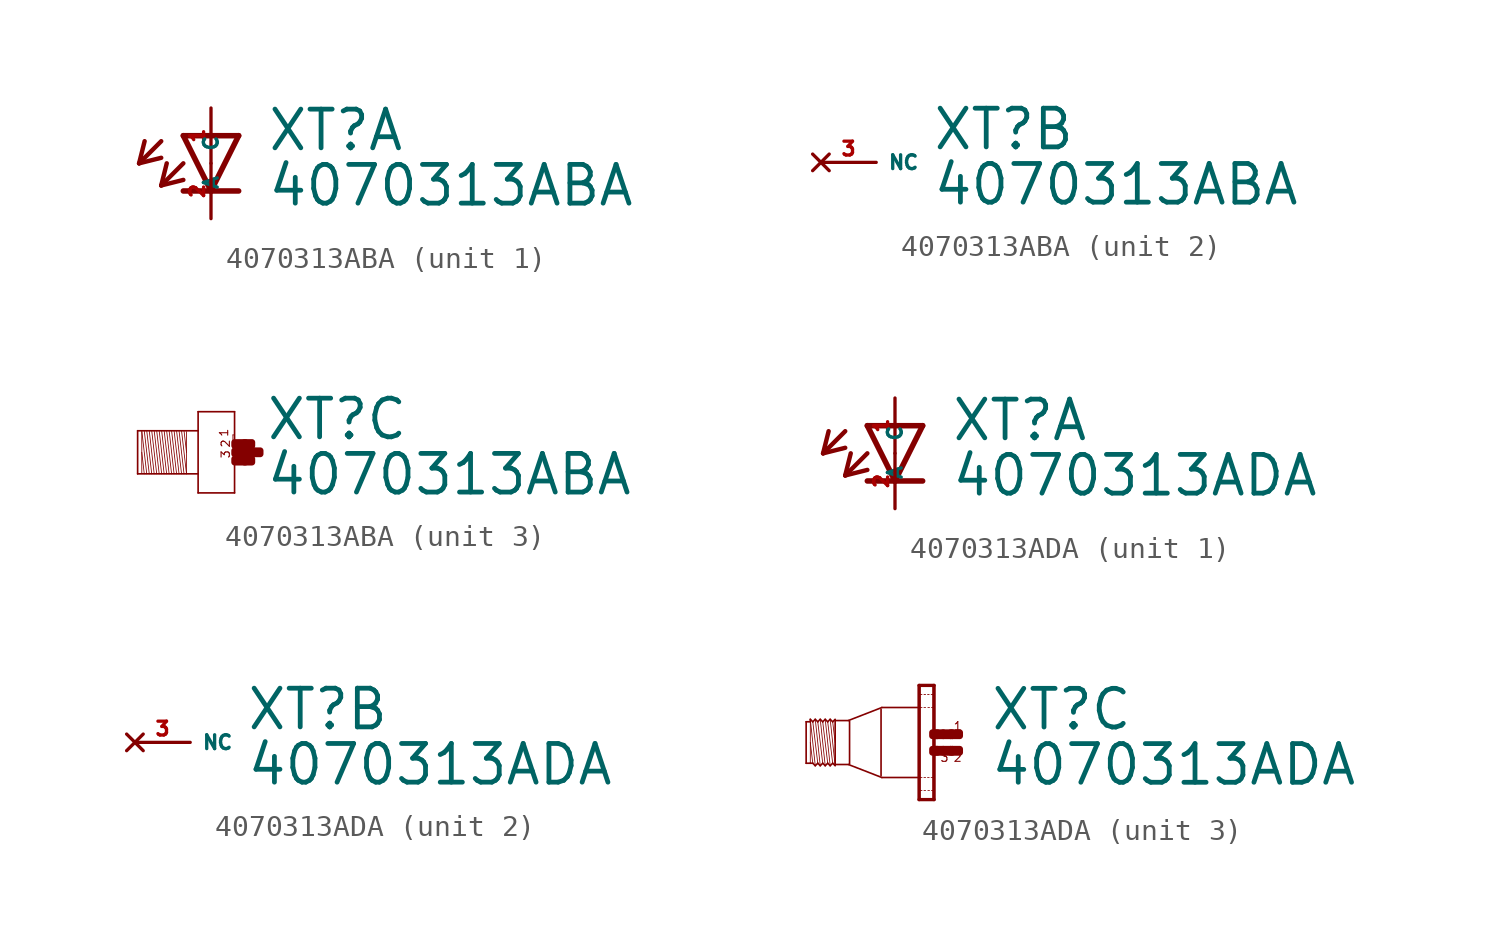
<source format=kicad_sym>
(kicad_symbol_lib
  (version 20220914)
  (generator Eagle2Kicad)
  (symbol "4070313ABA"
    (property "Reference" "XT"
      (at 2.54 0.483 0)
      (effects (font (size 1.778 1.778) (thickness 0.22)) (justify left bottom)))
    (property "Value" "4070313ABA"
      (at 2.54 -2.057 0)
      (effects (font (size 1.778 1.778) (thickness 0.22)) (justify left bottom)))
    (symbol "4070313ABA_1_0"
      (polyline (pts (xy -1.27 1.27) (xy 0 -1.27)) (stroke (width 0.254) (type default)) (fill (type none)))
      (polyline (pts (xy 0 -1.27) (xy 1.27 1.27)) (stroke (width 0.254) (type default)) (fill (type none)))
      (polyline (pts (xy 1.27 -1.27) (xy 0 -1.27)) (stroke (width 0.254) (type default)) (fill (type none)))
      (polyline (pts (xy 1.27 1.27) (xy -1.27 1.27)) (stroke (width 0.254) (type default)) (fill (type none)))
      (polyline (pts (xy 0 -1.27) (xy -1.27 -1.27)) (stroke (width 0.254) (type default)) (fill (type none)))
      (polyline (pts (xy -2.286 1.016) (xy -3.302 0)) (stroke (width 0.203) (type default)) (fill (type none)))
      (polyline (pts (xy -3.302 0) (xy -2.286 0.254)) (stroke (width 0.203) (type default)) (fill (type none)))
      (polyline (pts (xy -3.302 0) (xy -3.048 1.016)) (stroke (width 0.203) (type default)) (fill (type none)))
      (polyline (pts (xy -1.27 0) (xy -2.286 -1.016)) (stroke (width 0.203) (type default)) (fill (type none)))
      (polyline (pts (xy -2.286 -1.016) (xy -1.27 -0.762)) (stroke (width 0.203) (type default)) (fill (type none)))
      (polyline (pts (xy -2.286 -1.016) (xy -2.032 0)) (stroke (width 0.203) (type default)) (fill (type none)))
      (pin passive line (at 0 2.54 270) (length 2.54) (name "A" (effects (font (size 0.635 0.635) (thickness 0.08)) (justify left bottom))) (number "1" (effects (font (size 0.635 0.635) (thickness 0.08)) (justify left bottom))))
      (pin passive line (at 0 -2.54 90) (length 2.54) (name "C" (effects (font (size 0.635 0.635) (thickness 0.08)) (justify left bottom))) (number "2" (effects (font (size 0.635 0.635) (thickness 0.08)) (justify left bottom)))))
    (symbol "4070313ABA_2_0"
      (pin no_connect line (at -2.54 0 0) (length 2.54) (name "NC" (effects (font (size 0.635 0.635) (thickness 0.08)) (justify left bottom) hide)) (number "3" (effects (font (size 0.635 0.635) (thickness 0.08)) (justify left bottom) hide))))
    (symbol "4070313ABA_3_0"
      (polyline (pts (xy -1.067 0.953) (xy -1.067 0)) (stroke (width 0.038) (type default)) (fill (type none)))
      (polyline (pts (xy -1.067 0) (xy -1.067 -0.991)) (stroke (width 0.038) (type default)) (fill (type none)))
      (polyline (pts (xy -1.067 -0.991) (xy -1.295 0.991)) (stroke (width 0.038) (type default)) (fill (type none)))
      (polyline (pts (xy -1.181 0.991) (xy -1.067 0)) (stroke (width 0.038) (type default)) (fill (type none)))
      (polyline (pts (xy -1.181 -0.991) (xy -1.41 0.991)) (stroke (width 0.038) (type default)) (fill (type none)))
      (polyline (pts (xy -1.295 -0.991) (xy -1.524 0.991)) (stroke (width 0.038) (type default)) (fill (type none)))
      (polyline (pts (xy -1.41 -0.991) (xy -1.638 0.991)) (stroke (width 0.038) (type default)) (fill (type none)))
      (polyline (pts (xy -1.524 -0.991) (xy -1.753 0.991)) (stroke (width 0.038) (type default)) (fill (type none)))
      (polyline (pts (xy -1.638 -0.991) (xy -1.867 0.991)) (stroke (width 0.038) (type default)) (fill (type none)))
      (polyline (pts (xy -1.753 -0.991) (xy -1.981 0.991)) (stroke (width 0.038) (type default)) (fill (type none)))
      (polyline (pts (xy -1.867 -0.991) (xy -2.095 0.991)) (stroke (width 0.038) (type default)) (fill (type none)))
      (polyline (pts (xy -1.981 -0.991) (xy -2.21 0.991)) (stroke (width 0.038) (type default)) (fill (type none)))
      (polyline (pts (xy -2.095 -0.991) (xy -2.324 0.991)) (stroke (width 0.038) (type default)) (fill (type none)))
      (polyline (pts (xy -2.21 -0.991) (xy -2.438 0.991)) (stroke (width 0.038) (type default)) (fill (type none)))
      (polyline (pts (xy -2.324 -0.991) (xy -2.553 0.991)) (stroke (width 0.038) (type default)) (fill (type none)))
      (polyline (pts (xy -2.438 -0.991) (xy -2.667 0.991)) (stroke (width 0.038) (type default)) (fill (type none)))
      (polyline (pts (xy -2.553 -0.991) (xy -2.781 0.991)) (stroke (width 0.038) (type default)) (fill (type none)))
      (polyline (pts (xy -2.667 -0.991) (xy -2.896 0.991)) (stroke (width 0.038) (type default)) (fill (type none)))
      (polyline (pts (xy -2.781 -0.991) (xy -3.01 0.991)) (stroke (width 0.038) (type default)) (fill (type none)))
      (polyline (pts (xy -2.896 -0.991) (xy -3.124 0.991)) (stroke (width 0.038) (type default)) (fill (type none)))
      (polyline (pts (xy -3.124 0) (xy -3.01 -0.991)) (stroke (width 0.038) (type default)) (fill (type none)))
      (polyline (pts (xy -3.124 0.953) (xy -3.124 -0.953)) (stroke (width 0.038) (type default)) (fill (type none)))
      (polyline (pts (xy -3.315 -0.991) (xy -3.315 0.991)) (stroke (width 0.076) (type default)) (fill (type none)))
      (polyline (pts (xy -3.315 0.991) (xy -0.533 0.991)) (stroke (width 0.076) (type default)) (fill (type none)))
      (polyline (pts (xy -0.533 -0.991) (xy -3.315 -0.991)) (stroke (width 0.076) (type default)) (fill (type none)))
      (polyline (pts (xy -0.533 1.867) (xy -0.533 -1.867)) (stroke (width 0.076) (type default)) (fill (type none)))
      (polyline (pts (xy -0.533 -1.867) (xy 1.143 -1.867)) (stroke (width 0.076) (type default)) (fill (type none)))
      (polyline (pts (xy 1.143 -1.867) (xy 1.143 1.867)) (stroke (width 0.076) (type default)) (fill (type none)))
      (polyline (pts (xy 1.143 1.867) (xy -0.533 1.867)) (stroke (width 0.076) (type default)) (fill (type none)))
      (polyline (pts (xy 1.067 0.8) (xy 1.105 0.8)) (stroke (width 0.038) (type default)) (fill (type none)))
      (polyline (pts (xy 1.105 0.495) (xy 1.067 0.495)) (stroke (width 0.038) (type default)) (fill (type none)))
      (polyline (pts (xy 1.067 0.495) (xy 1.067 0.8)) (stroke (width 0.038) (type default)) (fill (type none)))
      (text "1" (at 0.876 0.686 1800) (effects (font (size 0.381 0.381) (thickness 0.05)) (justify left bottom)))
      (text "2" (at 0.953 0.191 1800) (effects (font (size 0.381 0.381) (thickness 0.05)) (justify left bottom)))
      (text "3" (at 0.953 -0.305 1800) (effects (font (size 0.381 0.381) (thickness 0.05)) (justify left bottom)))
      (rectangle (start 1.143 -0.457) (end 1.638 -0.305) (stroke (width 0.3) (type default)) (fill (type outline)))
      (rectangle (start 1.143 -0.076) (end 2.019 0.076) (stroke (width 0.3) (type default)) (fill (type outline)))
      (rectangle (start 1.6 -0.457) (end 1.943 -0.305) (stroke (width 0.3) (type default)) (fill (type outline)))
      (rectangle (start 1.981 -0.076) (end 2.324 0.076) (stroke (width 0.3) (type default)) (fill (type outline)))
      (rectangle (start 1.6 0.305) (end 1.943 0.457) (stroke (width 0.3) (type default)) (fill (type outline)))
      (rectangle (start 1.143 0.305) (end 1.638 0.457) (stroke (width 0.3) (type default)) (fill (type outline)))))
  (symbol "4070313ADA"
    (property "Reference" "XT"
      (at 2.54 0.483 0)
      (effects (font (size 1.778 1.778) (thickness 0.22)) (justify left bottom)))
    (property "Value" "4070313ADA"
      (at 2.54 -2.057 0)
      (effects (font (size 1.778 1.778) (thickness 0.22)) (justify left bottom)))
    (symbol "4070313ADA_1_0"
      (polyline (pts (xy -1.27 1.27) (xy 0 -1.27)) (stroke (width 0.254) (type default)) (fill (type none)))
      (polyline (pts (xy 0 -1.27) (xy 1.27 1.27)) (stroke (width 0.254) (type default)) (fill (type none)))
      (polyline (pts (xy 1.27 -1.27) (xy 0 -1.27)) (stroke (width 0.254) (type default)) (fill (type none)))
      (polyline (pts (xy 1.27 1.27) (xy -1.27 1.27)) (stroke (width 0.254) (type default)) (fill (type none)))
      (polyline (pts (xy 0 -1.27) (xy -1.27 -1.27)) (stroke (width 0.254) (type default)) (fill (type none)))
      (polyline (pts (xy -2.286 1.016) (xy -3.302 0)) (stroke (width 0.203) (type default)) (fill (type none)))
      (polyline (pts (xy -3.302 0) (xy -2.286 0.254)) (stroke (width 0.203) (type default)) (fill (type none)))
      (polyline (pts (xy -3.302 0) (xy -3.048 1.016)) (stroke (width 0.203) (type default)) (fill (type none)))
      (polyline (pts (xy -1.27 0) (xy -2.286 -1.016)) (stroke (width 0.203) (type default)) (fill (type none)))
      (polyline (pts (xy -2.286 -1.016) (xy -1.27 -0.762)) (stroke (width 0.203) (type default)) (fill (type none)))
      (polyline (pts (xy -2.286 -1.016) (xy -2.032 0)) (stroke (width 0.203) (type default)) (fill (type none)))
      (pin passive line (at 0 2.54 270) (length 2.54) (name "A" (effects (font (size 0.635 0.635) (thickness 0.08)) (justify left bottom))) (number "1" (effects (font (size 0.635 0.635) (thickness 0.08)) (justify left bottom))))
      (pin passive line (at 0 -2.54 90) (length 2.54) (name "C" (effects (font (size 0.635 0.635) (thickness 0.08)) (justify left bottom))) (number "2" (effects (font (size 0.635 0.635) (thickness 0.08)) (justify left bottom)))))
    (symbol "4070313ADA_2_0"
      (pin no_connect line (at -2.54 0 0) (length 2.54) (name "NC" (effects (font (size 0.635 0.635) (thickness 0.08)) (justify left bottom) hide)) (number "3" (effects (font (size 0.635 0.635) (thickness 0.08)) (justify left bottom) hide))))
    (symbol "4070313ADA_3_0"
      (polyline (pts (xy -4.548 -1.067) (xy -4.777 1.067)) (stroke (width 0.038) (type default)) (fill (type none)))
      (polyline (pts (xy -4.662 0.953) (xy -4.548 0)) (stroke (width 0.038) (type default)) (fill (type none)))
      (polyline (pts (xy -4.662 -0.953) (xy -4.891 0.953)) (stroke (width 0.038) (type default)) (fill (type none)))
      (polyline (pts (xy -4.777 -1.067) (xy -5.005 1.067)) (stroke (width 0.038) (type default)) (fill (type none)))
      (polyline (pts (xy -4.891 -0.953) (xy -5.12 0.953)) (stroke (width 0.038) (type default)) (fill (type none)))
      (polyline (pts (xy -5.005 -1.067) (xy -5.234 1.067)) (stroke (width 0.038) (type default)) (fill (type none)))
      (polyline (pts (xy -5.12 -0.953) (xy -5.348 0.953)) (stroke (width 0.038) (type default)) (fill (type none)))
      (polyline (pts (xy -5.234 -1.067) (xy -5.463 1.067)) (stroke (width 0.038) (type default)) (fill (type none)))
      (polyline (pts (xy -5.348 -0.953) (xy -5.577 0.953)) (stroke (width 0.038) (type default)) (fill (type none)))
      (polyline (pts (xy -5.463 -1.067) (xy -5.691 1.067)) (stroke (width 0.038) (type default)) (fill (type none)))
      (polyline (pts (xy -5.691 0) (xy -5.577 -0.953)) (stroke (width 0.038) (type default)) (fill (type none)))
      (polyline (pts (xy -5.691 1.029) (xy -5.691 0.953)) (stroke (width 0.038) (type default)) (fill (type none)))
      (polyline (pts (xy -5.691 0.953) (xy -5.691 -0.953)) (stroke (width 0.038) (type default)) (fill (type none)))
      (polyline (pts (xy -5.882 -0.953) (xy -5.882 0.953)) (stroke (width 0.076) (type default)) (fill (type none)))
      (polyline (pts (xy -5.882 0.953) (xy -5.691 0.953)) (stroke (width 0.076) (type default)) (fill (type none)))
      (polyline (pts (xy -5.691 0.953) (xy -5.691 1.067)) (stroke (width 0.076) (type default)) (fill (type none)))
      (polyline (pts (xy -5.691 1.067) (xy -5.577 0.953)) (stroke (width 0.076) (type default)) (fill (type none)))
      (polyline (pts (xy -5.577 0.953) (xy -5.463 1.067)) (stroke (width 0.076) (type default)) (fill (type none)))
      (polyline (pts (xy -5.463 1.067) (xy -5.348 0.953)) (stroke (width 0.076) (type default)) (fill (type none)))
      (polyline (pts (xy -5.348 0.953) (xy -5.234 1.067)) (stroke (width 0.076) (type default)) (fill (type none)))
      (polyline (pts (xy -5.234 1.067) (xy -5.12 0.953)) (stroke (width 0.076) (type default)) (fill (type none)))
      (polyline (pts (xy -5.12 0.953) (xy -5.005 1.067)) (stroke (width 0.076) (type default)) (fill (type none)))
      (polyline (pts (xy -4.777 1.067) (xy -4.662 0.953)) (stroke (width 0.076) (type default)) (fill (type none)))
      (polyline (pts (xy -4.662 0.953) (xy -4.548 1.067)) (stroke (width 0.076) (type default)) (fill (type none)))
      (polyline (pts (xy -4.548 -1.067) (xy -4.662 -0.953)) (stroke (width 0.076) (type default)) (fill (type none)))
      (polyline (pts (xy -4.662 -0.953) (xy -4.777 -1.067)) (stroke (width 0.076) (type default)) (fill (type none)))
      (polyline (pts (xy -4.777 -1.067) (xy -4.891 -0.953)) (stroke (width 0.076) (type default)) (fill (type none)))
      (polyline (pts (xy -4.891 -0.953) (xy -5.005 -1.067)) (stroke (width 0.076) (type default)) (fill (type none)))
      (polyline (pts (xy -5.005 -1.067) (xy -5.12 -0.953)) (stroke (width 0.076) (type default)) (fill (type none)))
      (polyline (pts (xy -5.12 -0.953) (xy -5.234 -1.067)) (stroke (width 0.076) (type default)) (fill (type none)))
      (polyline (pts (xy -5.234 -1.067) (xy -5.348 -0.953)) (stroke (width 0.076) (type default)) (fill (type none)))
      (polyline (pts (xy -5.348 -0.953) (xy -5.463 -1.067)) (stroke (width 0.076) (type default)) (fill (type none)))
      (polyline (pts (xy -5.463 -1.067) (xy -5.577 -0.953)) (stroke (width 0.076) (type default)) (fill (type none)))
      (polyline (pts (xy -5.577 -0.953) (xy -5.691 -0.953)) (stroke (width 0.076) (type default)) (fill (type none)))
      (polyline (pts (xy -5.691 -0.953) (xy -5.882 -0.953)) (stroke (width 0.076) (type default)) (fill (type none)))
      (polyline (pts (xy -4.548 1.029) (xy -4.548 1.01)) (stroke (width 0.076) (type default)) (fill (type none)))
      (polyline (pts (xy -4.548 1.01) (xy -4.548 -1.01)) (stroke (width 0.076) (type default)) (fill (type none)))
      (polyline (pts (xy -4.548 -1.01) (xy -4.548 -1.029)) (stroke (width 0.076) (type default)) (fill (type none)))
      (polyline (pts (xy -0.038 2.594) (xy -0.038 -2.594)) (stroke (width 0.076) (type default)) (fill (type none)))
      (polyline (pts (xy -0.038 -2.594) (xy -0.655 -2.594)) (stroke (width 0.076) (type default)) (fill (type none)))
      (polyline (pts (xy -0.655 -2.594) (xy -0.655 2.594)) (stroke (width 0.076) (type default)) (fill (type none)))
      (polyline (pts (xy -0.655 2.594) (xy -0.038 2.594)) (stroke (width 0.076) (type default)) (fill (type none)))
      (polyline (pts (xy -0.699 1.61) (xy -2.4 1.61)) (stroke (width 0.076) (type default)) (fill (type none)))
      (polyline (pts (xy -2.4 1.61) (xy -3.938 1.012)) (stroke (width 0.076) (type default)) (fill (type none)))
      (polyline (pts (xy -0.669 -1.61) (xy -2.4 -1.61)) (stroke (width 0.076) (type default)) (fill (type none)))
      (polyline (pts (xy -2.4 -1.61) (xy -3.938 -1.012)) (stroke (width 0.076) (type default)) (fill (type none)))
      (polyline (pts (xy -3.938 -1.01) (xy -4.548 -1.01)) (stroke (width 0.076) (type default)) (fill (type none)))
      (polyline (pts (xy -4.548 1.01) (xy -3.938 1.01)) (stroke (width 0.076) (type default)) (fill (type none)))
      (polyline (pts (xy -4.777 1.067) (xy -4.891 0.953)) (stroke (width 0.076) (type default)) (fill (type none)))
      (polyline (pts (xy -4.891 0.953) (xy -5.005 1.067)) (stroke (width 0.076) (type default)) (fill (type none)))
      (polyline (pts (xy 0 -2.625) (xy -0.69 -2.625)) (stroke (width 0) (type default)) (fill (type none)))
      (polyline (pts (xy 0 -2.625) (xy 0 2.625)) (stroke (width 0) (type default)) (fill (type none)))
      (polyline (pts (xy 0 2.625) (xy -0.69 2.625)) (stroke (width 0) (type default)) (fill (type none)))
      (polyline (pts (xy -0.69 2.625) (xy -0.69 -2.625)) (stroke (width 0) (type default)) (fill (type none)))
      (polyline (pts (xy -0.039 -1.605) (xy -0.135 -1.605)) (stroke (width 0.038) (type default)) (fill (type none)))
      (polyline (pts (xy -0.225 -1.605) (xy -0.3 -1.605)) (stroke (width 0.038) (type default)) (fill (type none)))
      (polyline (pts (xy -0.39 -1.605) (xy -0.465 -1.605)) (stroke (width 0.038) (type default)) (fill (type none)))
      (polyline (pts (xy -0.555 -1.605) (xy -0.633 -1.605)) (stroke (width 0.038) (type default)) (fill (type none)))
      (polyline (pts (xy -0.039 -2.205) (xy -0.12 -2.205)) (stroke (width 0.038) (type default)) (fill (type none)))
      (polyline (pts (xy -0.21 -2.205) (xy -0.285 -2.205)) (stroke (width 0.038) (type default)) (fill (type none)))
      (polyline (pts (xy -0.39 -2.205) (xy -0.465 -2.205)) (stroke (width 0.038) (type default)) (fill (type none)))
      (polyline (pts (xy -0.555 -2.205) (xy -0.633 -2.205)) (stroke (width 0.038) (type default)) (fill (type none)))
      (polyline (pts (xy -0.039 2.205) (xy -0.135 2.205)) (stroke (width 0.038) (type default)) (fill (type none)))
      (polyline (pts (xy -0.225 2.205) (xy -0.3 2.205)) (stroke (width 0.038) (type default)) (fill (type none)))
      (polyline (pts (xy -0.39 2.205) (xy -0.465 2.205)) (stroke (width 0.038) (type default)) (fill (type none)))
      (polyline (pts (xy -0.555 2.205) (xy -0.633 2.205)) (stroke (width 0.038) (type default)) (fill (type none)))
      (polyline (pts (xy -0.039 1.605) (xy -0.12 1.605)) (stroke (width 0.038) (type default)) (fill (type none)))
      (polyline (pts (xy -0.21 1.605) (xy -0.285 1.605)) (stroke (width 0.038) (type default)) (fill (type none)))
      (polyline (pts (xy -0.39 1.605) (xy -0.465 1.605)) (stroke (width 0.038) (type default)) (fill (type none)))
      (polyline (pts (xy -0.555 1.605) (xy -0.633 1.605)) (stroke (width 0.038) (type default)) (fill (type none)))
      (polyline (pts (xy -3.886 0.991) (xy -3.886 -0.991)) (stroke (width 0.076) (type default)) (fill (type none)))
      (polyline (pts (xy -2.438 1.524) (xy -2.438 -1.524)) (stroke (width 0.076) (type default)) (fill (type none)))
      (text "1" (at 0.876 0.533 0) (effects (font (size 0.381 0.381) (thickness 0.05)) (justify left bottom)))
      (text "3" (at 0.267 -0.914 0) (effects (font (size 0.381 0.381) (thickness 0.05)) (justify left bottom)))
      (text "2" (at 0.876 -0.914 0) (effects (font (size 0.381 0.381) (thickness 0.05)) (justify left bottom)))
      (rectangle (start 0.838 -0.457) (end 1.181 -0.305) (stroke (width 0.3) (type default)) (fill (type outline)))
      (rectangle (start 0.419 -0.457) (end 0.762 -0.305) (stroke (width 0.3) (type default)) (fill (type outline)))
      (rectangle (start 0.076 -0.457) (end 0.419 -0.305) (stroke (width 0.3) (type default)) (fill (type outline)))
      (rectangle (start -0.076 -0.457) (end 0.152 -0.305) (stroke (width 0.3) (type default)) (fill (type outline)))
      (rectangle (start 0.762 -0.457) (end 0.838 -0.305) (stroke (width 0.3) (type default)) (fill (type outline)))
      (rectangle (start 0.838 0.305) (end 1.181 0.457) (stroke (width 0.3) (type default)) (fill (type outline)))
      (rectangle (start 0.762 0.305) (end 0.838 0.457) (stroke (width 0.3) (type default)) (fill (type outline)))
      (rectangle (start 0.419 0.305) (end 0.762 0.457) (stroke (width 0.3) (type default)) (fill (type outline)))
      (rectangle (start 0.076 0.305) (end 0.419 0.457) (stroke (width 0.3) (type default)) (fill (type outline)))
      (rectangle (start -0.076 0.305) (end 0.152 0.457) (stroke (width 0.3) (type default)) (fill (type outline))))))
</source>
